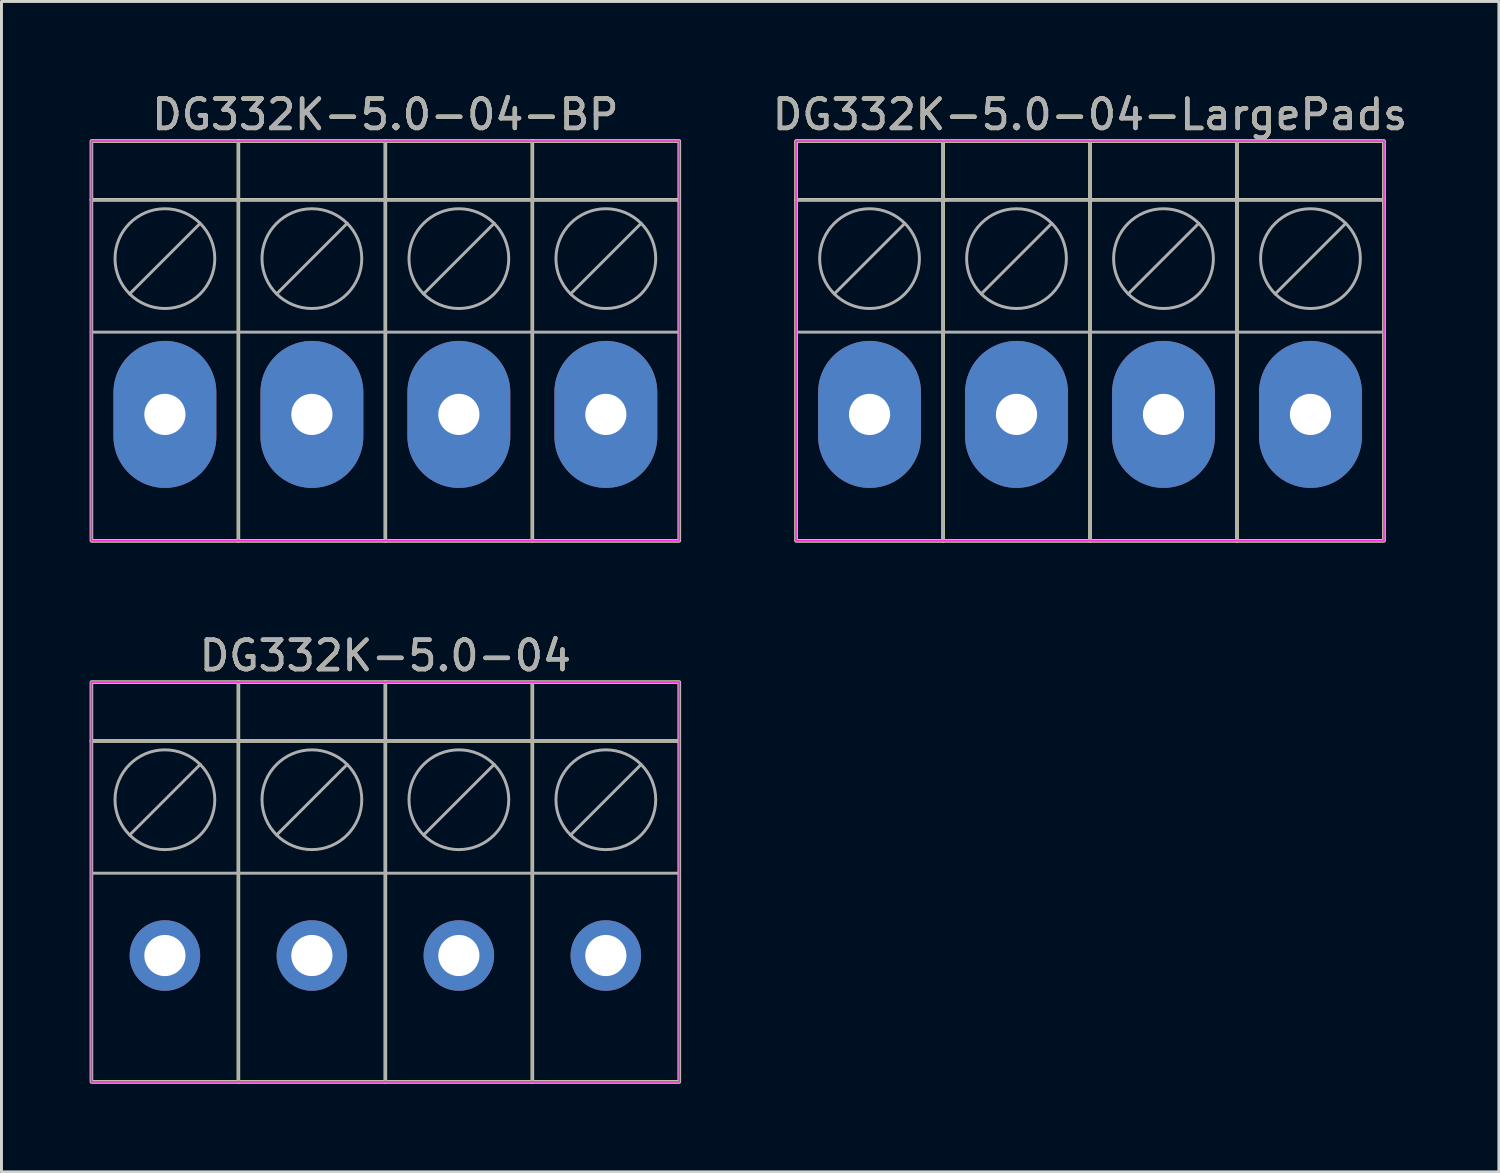
<source format=kicad_pcb>
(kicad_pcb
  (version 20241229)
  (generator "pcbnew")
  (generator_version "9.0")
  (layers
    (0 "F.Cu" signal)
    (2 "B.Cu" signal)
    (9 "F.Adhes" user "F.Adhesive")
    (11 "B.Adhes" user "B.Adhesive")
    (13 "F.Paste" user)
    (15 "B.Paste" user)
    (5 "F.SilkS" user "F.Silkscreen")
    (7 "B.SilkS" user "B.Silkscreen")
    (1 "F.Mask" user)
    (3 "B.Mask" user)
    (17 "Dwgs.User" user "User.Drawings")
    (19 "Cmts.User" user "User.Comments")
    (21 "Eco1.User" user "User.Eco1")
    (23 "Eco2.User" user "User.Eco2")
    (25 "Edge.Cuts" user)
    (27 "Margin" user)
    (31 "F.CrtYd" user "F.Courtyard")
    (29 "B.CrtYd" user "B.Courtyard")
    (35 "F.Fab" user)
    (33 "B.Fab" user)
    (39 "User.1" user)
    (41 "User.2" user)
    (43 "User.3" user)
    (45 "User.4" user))
  (footprint "DG332K-5.0-04-BP"
    (layer "F.Cu")
    (at 2.56 11.048)
    (property "Reference" "DG332K-5.0-04-BP" (at 7.5 -10.2 0) (layer "F.SilkS") (effects (font (size 1 1) (thickness 0.15))))
    (attr through_hole)
    (fp_line (start -2.5 -7.3) (end 17.5 -7.3) (stroke (width 0.12) (type solid)) (layer "F.SilkS"))
    (fp_line (start 2.5 -9.3) (end 2.5 4.3) (stroke (width 0.12) (type solid)) (layer "F.SilkS"))
    (fp_line (start 7.5 -9.3) (end 7.5 4.3) (stroke (width 0.12) (type solid)) (layer "F.SilkS"))
    (fp_line (start 12.5 -9.3) (end 12.5 4.3) (stroke (width 0.12) (type solid)) (layer "F.SilkS"))
    (fp_rect (start -2.5 -9.3) (end 17.5 4.3) (stroke (width 0.12) (type solid)) (fill no) (layer "F.SilkS"))
    (fp_rect (start -2.5 -9.3) (end 17.5 4.3) (stroke (width 0.05) (type solid)) (fill no) (layer "F.CrtYd"))
    (fp_line (start -2.5 -7.3) (end 17.5 -7.3) (stroke (width 0.1) (type solid)) (layer "F.Fab"))
    (fp_line (start -1.2 -4.1) (end 1.2 -6.5) (stroke (width 0.1) (type solid)) (layer "F.Fab"))
    (fp_line (start 2.5 4.3) (end 2.5 -9.3) (stroke (width 0.1) (type solid)) (layer "F.Fab"))
    (fp_line (start 3.8 -4.1) (end 6.2 -6.5) (stroke (width 0.1) (type solid)) (layer "F.Fab"))
    (fp_line (start 7.5 4.3) (end 7.5 -9.3) (stroke (width 0.1) (type solid)) (layer "F.Fab"))
    (fp_line (start 8.8 -4.1) (end 11.2 -6.5) (stroke (width 0.1) (type solid)) (layer "F.Fab"))
    (fp_line (start 12.5 4.3) (end 12.5 -9.3) (stroke (width 0.1) (type solid)) (layer "F.Fab"))
    (fp_line (start 13.8 -4.1) (end 16.2 -6.5) (stroke (width 0.1) (type solid)) (layer "F.Fab"))
    (fp_line (start 17.5 -2.8) (end -2.5 -2.8) (stroke (width 0.1) (type solid)) (layer "F.Fab"))
    (fp_rect (start -2.5 -9.3) (end 17.5 4.3) (stroke (width 0.1) (type solid)) (fill no) (layer "F.Fab"))
    (fp_circle (center 0 -5.3) (end 1.2 -6.5) (stroke (width 0.1) (type solid)) (fill no) (layer "F.Fab"))
    (fp_circle (center 5 -5.3) (end 6.2 -6.5) (stroke (width 0.1) (type solid)) (fill no) (layer "F.Fab"))
    (fp_circle (center 10 -5.3) (end 11.2 -6.5) (stroke (width 0.1) (type solid)) (fill no) (layer "F.Fab"))
    (fp_circle (center 15 -5.3) (end 16.2 -6.5) (stroke (width 0.1) (type solid)) (fill no) (layer "F.Fab"))
    (fp_text user "${REFERENCE}" (at 7.5 -10.2 0) (unlocked yes) (layer "F.Fab") (effects (font (size 1 1) (thickness 0.15))))
    (pad "1" thru_hole oval (at 0 0) (size 3.5 5) (drill 1.4) (layers "*.Cu" "*.Mask"))
    (pad "2" thru_hole oval (at 5 0) (size 3.5 5) (drill 1.4) (layers "*.Cu" "*.Mask"))
    (pad "3" thru_hole oval (at 10 0) (size 3.5 5) (drill 1.4) (layers "*.Cu" "*.Mask"))
    (pad "4" thru_hole oval (at 15 0) (size 3.5 5) (drill 1.4) (layers "*.Cu" "*.Mask")))
  (footprint "DG332K-5.0-04"
    (layer "F.Cu")
    (at 2.56 29.456)
    (property "Reference" "DG332K-5.0-04" (at 7.5 -10.2 0) (layer "F.SilkS") (effects (font (size 1 1) (thickness 0.15))))
    (attr through_hole)
    (fp_line (start -2.5 -7.3) (end 17.5 -7.3) (stroke (width 0.12) (type solid)) (layer "F.SilkS"))
    (fp_line (start 2.5 -9.3) (end 2.5 4.3) (stroke (width 0.12) (type solid)) (layer "F.SilkS"))
    (fp_line (start 7.5 -9.3) (end 7.5 4.3) (stroke (width 0.12) (type solid)) (layer "F.SilkS"))
    (fp_line (start 12.5 -9.3) (end 12.5 4.3) (stroke (width 0.12) (type solid)) (layer "F.SilkS"))
    (fp_rect (start -2.5 -9.3) (end 17.5 4.3) (stroke (width 0.12) (type solid)) (fill no) (layer "F.SilkS"))
    (fp_rect (start -2.5 -9.3) (end 17.5 4.3) (stroke (width 0.05) (type solid)) (fill no) (layer "F.CrtYd"))
    (fp_line (start -2.5 -7.3) (end 17.5 -7.3) (stroke (width 0.1) (type solid)) (layer "F.Fab"))
    (fp_line (start -1.2 -4.1) (end 1.2 -6.5) (stroke (width 0.1) (type solid)) (layer "F.Fab"))
    (fp_line (start 2.5 4.3) (end 2.5 -9.3) (stroke (width 0.1) (type solid)) (layer "F.Fab"))
    (fp_line (start 3.8 -4.1) (end 6.2 -6.5) (stroke (width 0.1) (type solid)) (layer "F.Fab"))
    (fp_line (start 7.5 4.3) (end 7.5 -9.3) (stroke (width 0.1) (type solid)) (layer "F.Fab"))
    (fp_line (start 8.8 -4.1) (end 11.2 -6.5) (stroke (width 0.1) (type solid)) (layer "F.Fab"))
    (fp_line (start 12.5 4.3) (end 12.5 -9.3) (stroke (width 0.1) (type solid)) (layer "F.Fab"))
    (fp_line (start 13.8 -4.1) (end 16.2 -6.5) (stroke (width 0.1) (type solid)) (layer "F.Fab"))
    (fp_line (start 17.5 -2.8) (end -2.5 -2.8) (stroke (width 0.1) (type solid)) (layer "F.Fab"))
    (fp_rect (start -2.5 -9.3) (end 17.5 4.3) (stroke (width 0.1) (type solid)) (fill no) (layer "F.Fab"))
    (fp_circle (center 0 -5.3) (end 1.2 -6.5) (stroke (width 0.1) (type solid)) (fill no) (layer "F.Fab"))
    (fp_circle (center 5 -5.3) (end 6.2 -6.5) (stroke (width 0.1) (type solid)) (fill no) (layer "F.Fab"))
    (fp_circle (center 10 -5.3) (end 11.2 -6.5) (stroke (width 0.1) (type solid)) (fill no) (layer "F.Fab"))
    (fp_circle (center 15 -5.3) (end 16.2 -6.5) (stroke (width 0.1) (type solid)) (fill no) (layer "F.Fab"))
    (fp_text user "${REFERENCE}" (at 7.5 -10.2 0) (unlocked yes) (layer "F.Fab") (effects (font (size 1 1) (thickness 0.15))))
    (pad "1" thru_hole circle (at 0 0) (size 2.4 2.4) (drill 1.4) (layers "*.Cu" "*.Mask"))
    (pad "2" thru_hole circle (at 5 0) (size 2.4 2.4) (drill 1.4) (layers "*.Cu" "*.Mask"))
    (pad "3" thru_hole circle (at 10 0) (size 2.4 2.4) (drill 1.4) (layers "*.Cu" "*.Mask"))
    (pad "4" thru_hole circle (at 15 0) (size 2.4 2.4) (drill 1.4) (layers "*.Cu" "*.Mask")))
  (footprint "DG332K-5.0-04-LargePads"
    (layer "F.Cu")
    (at 26.531 11.048)
    (property "Reference" "DG332K-5.0-04-LargePads" (at 7.5 -10.2 0) (layer "F.SilkS") (effects (font (size 1 1) (thickness 0.15))))
    (attr through_hole)
    (fp_line (start -2.5 -7.3) (end 17.5 -7.3) (stroke (width 0.12) (type solid)) (layer "F.SilkS"))
    (fp_line (start 2.5 -9.3) (end 2.5 4.3) (stroke (width 0.12) (type solid)) (layer "F.SilkS"))
    (fp_line (start 7.5 -9.3) (end 7.5 4.3) (stroke (width 0.12) (type solid)) (layer "F.SilkS"))
    (fp_line (start 12.5 -9.3) (end 12.5 4.3) (stroke (width 0.12) (type solid)) (layer "F.SilkS"))
    (fp_rect (start -2.5 -9.3) (end 17.5 4.3) (stroke (width 0.12) (type solid)) (fill no) (layer "F.SilkS"))
    (fp_rect (start -2.5 -9.3) (end 17.5 4.3) (stroke (width 0.05) (type solid)) (fill no) (layer "F.CrtYd"))
    (fp_line (start -2.5 -7.3) (end 17.5 -7.3) (stroke (width 0.1) (type solid)) (layer "F.Fab"))
    (fp_line (start -1.2 -4.1) (end 1.2 -6.5) (stroke (width 0.1) (type solid)) (layer "F.Fab"))
    (fp_line (start 2.5 4.3) (end 2.5 -9.3) (stroke (width 0.1) (type solid)) (layer "F.Fab"))
    (fp_line (start 3.8 -4.1) (end 6.2 -6.5) (stroke (width 0.1) (type solid)) (layer "F.Fab"))
    (fp_line (start 7.5 4.3) (end 7.5 -9.3) (stroke (width 0.1) (type solid)) (layer "F.Fab"))
    (fp_line (start 8.8 -4.1) (end 11.2 -6.5) (stroke (width 0.1) (type solid)) (layer "F.Fab"))
    (fp_line (start 12.5 4.3) (end 12.5 -9.3) (stroke (width 0.1) (type solid)) (layer "F.Fab"))
    (fp_line (start 13.8 -4.1) (end 16.2 -6.5) (stroke (width 0.1) (type solid)) (layer "F.Fab"))
    (fp_line (start 17.5 -2.8) (end -2.5 -2.8) (stroke (width 0.1) (type solid)) (layer "F.Fab"))
    (fp_rect (start -2.5 -9.3) (end 17.5 4.3) (stroke (width 0.1) (type solid)) (fill no) (layer "F.Fab"))
    (fp_circle (center 0 -5.3) (end 1.2 -6.5) (stroke (width 0.1) (type solid)) (fill no) (layer "F.Fab"))
    (fp_circle (center 5 -5.3) (end 6.2 -6.5) (stroke (width 0.1) (type solid)) (fill no) (layer "F.Fab"))
    (fp_circle (center 10 -5.3) (end 11.2 -6.5) (stroke (width 0.1) (type solid)) (fill no) (layer "F.Fab"))
    (fp_circle (center 15 -5.3) (end 16.2 -6.5) (stroke (width 0.1) (type solid)) (fill no) (layer "F.Fab"))
    (fp_text user "${REFERENCE}" (at 7.5 -10.2 0) (unlocked yes) (layer "F.Fab") (effects (font (size 1 1) (thickness 0.15))))
    (pad "1" thru_hole oval (at 0 0) (size 3.5 5) (drill 1.4) (layers "*.Cu" "*.Mask"))
    (pad "2" thru_hole oval (at 5 0) (size 3.5 5) (drill 1.4) (layers "*.Cu" "*.Mask"))
    (pad "3" thru_hole oval (at 10 0) (size 3.5 5) (drill 1.4) (layers "*.Cu" "*.Mask"))
    (pad "4" thru_hole oval (at 15 0) (size 3.5 5) (drill 1.4) (layers "*.Cu" "*.Mask")))
  (gr_rect
    (start -3 -3)
    (end 47.941 36.816)
    (stroke (width 0.1) (type default))
    (fill no)
    (layer "Edge.Cuts")))
</source>
